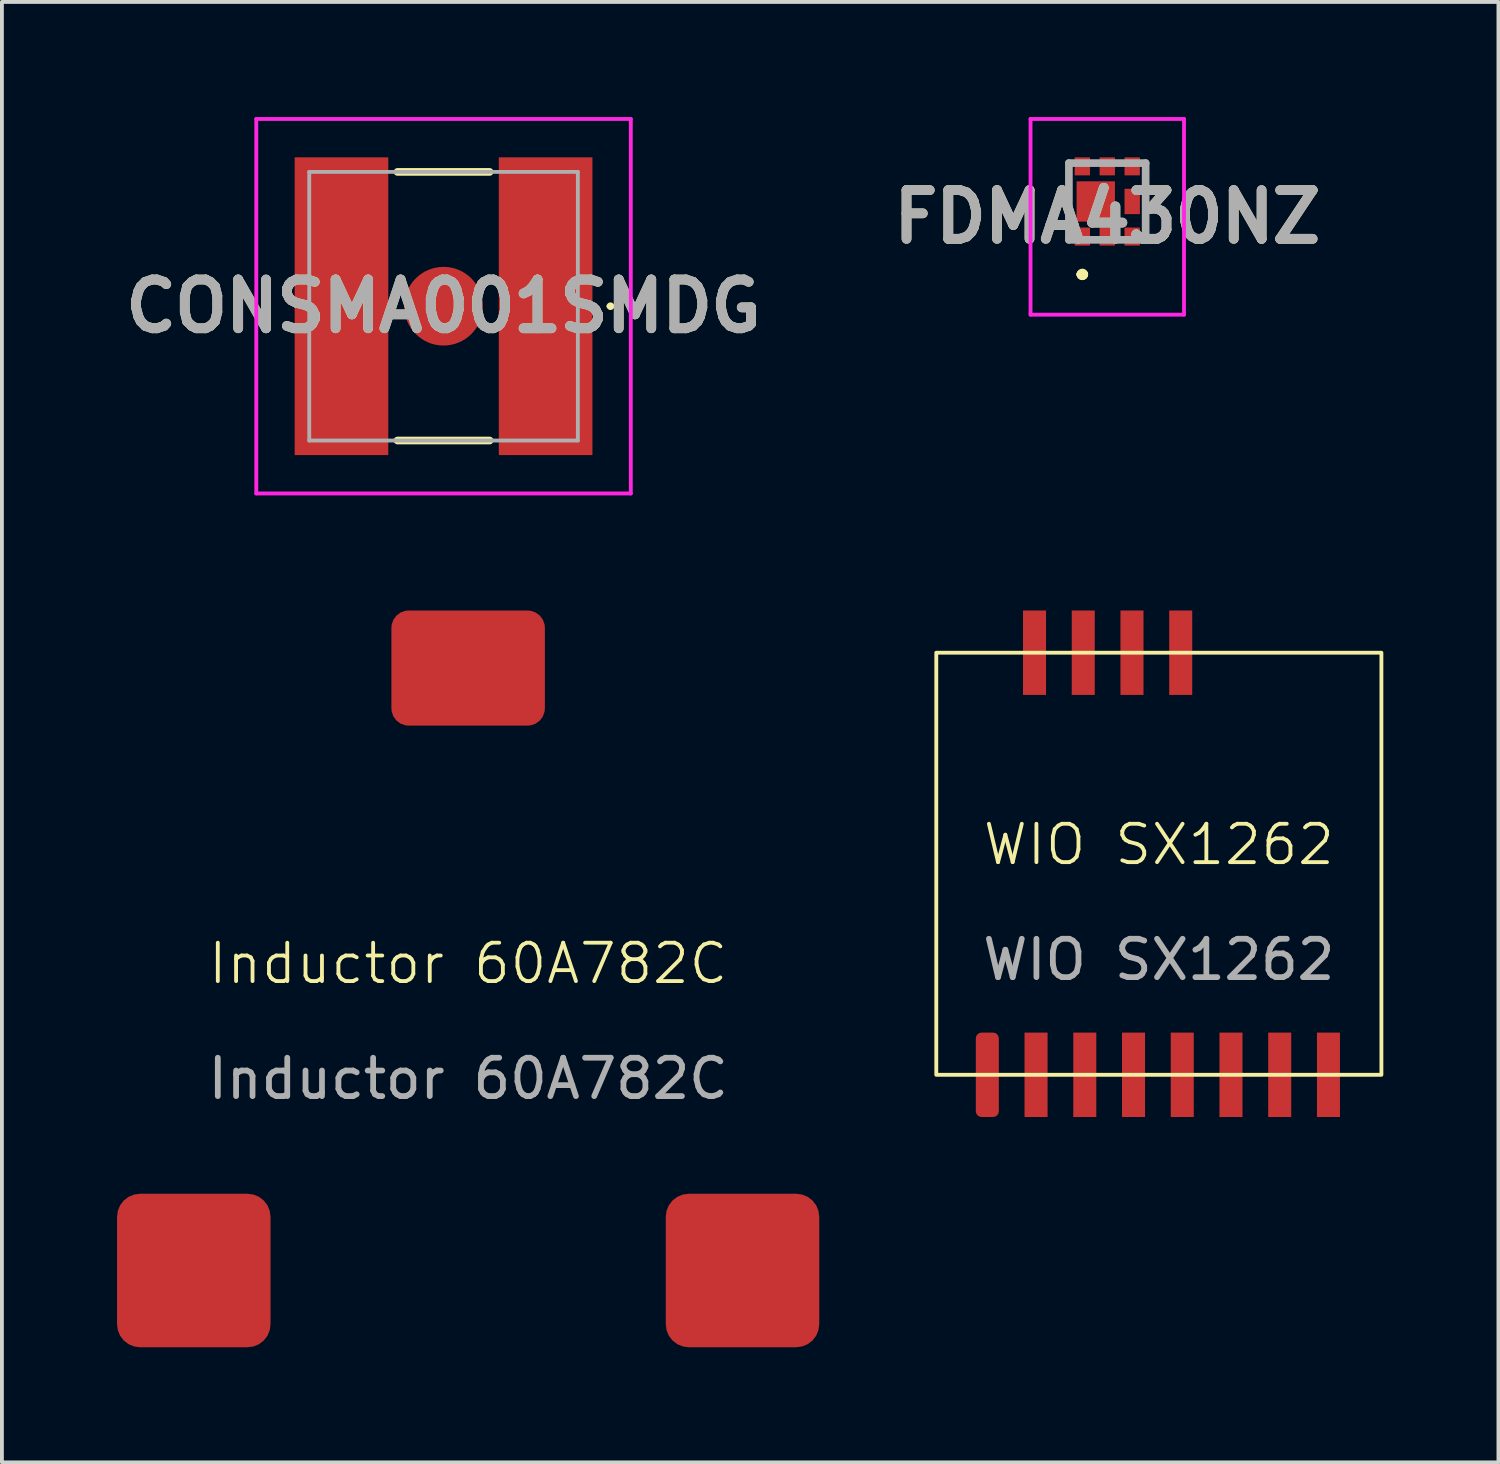
<source format=kicad_pcb>
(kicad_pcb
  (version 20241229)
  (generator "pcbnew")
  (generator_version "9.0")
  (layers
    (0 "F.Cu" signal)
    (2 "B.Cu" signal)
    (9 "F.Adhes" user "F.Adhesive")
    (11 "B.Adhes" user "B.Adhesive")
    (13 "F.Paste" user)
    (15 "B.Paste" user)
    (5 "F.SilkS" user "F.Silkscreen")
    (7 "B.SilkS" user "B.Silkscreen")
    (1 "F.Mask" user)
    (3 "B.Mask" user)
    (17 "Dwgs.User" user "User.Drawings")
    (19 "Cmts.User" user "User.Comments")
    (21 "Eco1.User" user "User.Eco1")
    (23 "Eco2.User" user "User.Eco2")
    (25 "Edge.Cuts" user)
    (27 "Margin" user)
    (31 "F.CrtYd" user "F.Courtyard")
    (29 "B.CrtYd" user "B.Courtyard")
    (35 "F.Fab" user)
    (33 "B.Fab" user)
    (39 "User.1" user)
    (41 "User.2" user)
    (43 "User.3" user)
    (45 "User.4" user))
  (footprint "Inductor 60A782C"
    (layer "F.Cu")
    (at 9.15 30.06)
    (property "Reference" "Inductor 60A782C" (at 0 -8 0) (unlocked yes) (layer "F.SilkS") (effects (font (size 1 1) (thickness 0.1))))
    (attr smd)
    (fp_text user "${REFERENCE}" (at 0 -5 0) (unlocked yes) (layer "F.Fab") (effects (font (size 1 1) (thickness 0.15))))
    (pad "1" smd roundrect (at 7.15 0) (size 4 4) (layers "F.Cu" "F.Mask" "F.Paste") (roundrect_rratio 0.15))
    (pad "2" smd roundrect (at -7.15 0) (size 4 4) (layers "F.Cu" "F.Mask" "F.Paste") (roundrect_rratio 0.15))
    (pad "3" smd roundrect (at 0 -15.7) (size 4 3) (layers "F.Cu" "F.Mask" "F.Paste") (roundrect_rratio 0.15)))
  (footprint "CONSMA001SMDG"
    (layer "F.Cu")
    (at 8.509 4.93)
    (property "Reference" "CONSMA001SMDG" (at 0 0 0) (layer "F.SilkS") (effects (font (size 1.27 1.27) (thickness 0.254))))
    (attr smd)
    (fp_line (start 1.2 -3.5) (end -1.2 -3.5) (stroke (width 0.2) (type solid)) (layer "F.SilkS"))
    (fp_line (start 1.2 3.5) (end -1.2 3.5) (stroke (width 0.2) (type solid)) (layer "F.SilkS"))
    (fp_line (start 4.3 0) (end 4.3 0) (stroke (width 0.1) (type solid)) (layer "F.SilkS"))
    (fp_line (start 4.4 0) (end 4.4 0) (stroke (width 0.1) (type solid)) (layer "F.SilkS"))
    (fp_arc (start 4.3 0) (mid 4.35 -0.05) (end 4.4 0) (stroke (width 0.1) (type solid)) (layer "F.SilkS"))
    (fp_arc (start 4.4 0) (mid 4.35 0.05) (end 4.3 0) (stroke (width 0.1) (type solid)) (layer "F.SilkS"))
    (fp_line (start -4.88 -4.88) (end -4.88 4.88) (stroke (width 0.1) (type solid)) (layer "F.CrtYd"))
    (fp_line (start -4.88 4.88) (end 4.88 4.88) (stroke (width 0.1) (type solid)) (layer "F.CrtYd"))
    (fp_line (start 4.88 -4.88) (end -4.88 -4.88) (stroke (width 0.1) (type solid)) (layer "F.CrtYd"))
    (fp_line (start 4.88 4.88) (end 4.88 -4.88) (stroke (width 0.1) (type solid)) (layer "F.CrtYd"))
    (fp_line (start -3.5 -3.5) (end -3.5 3.5) (stroke (width 0.1) (type solid)) (layer "F.Fab"))
    (fp_line (start -3.5 3.5) (end 3.5 3.5) (stroke (width 0.1) (type solid)) (layer "F.Fab"))
    (fp_line (start 3.5 -3.5) (end -3.5 -3.5) (stroke (width 0.1) (type solid)) (layer "F.Fab"))
    (fp_line (start 3.5 3.5) (end 3.5 -3.5) (stroke (width 0.1) (type solid)) (layer "F.Fab"))
    (fp_text user "${REFERENCE}" (at 0 0 0) (layer "F.Fab") (effects (font (size 1.27 1.27) (thickness 0.254))))
    (pad "1" smd rect (at 2.66 0) (size 2.44 7.76) (layers "F.Cu" "F.Mask" "F.Paste"))
    (pad "2" smd rect (at -2.66 0) (size 2.44 7.76) (layers "F.Cu" "F.Mask" "F.Paste"))
    (pad "3" smd circle (at 0 0 90) (size 2.05 2.05) (layers "F.Cu" "F.Mask" "F.Paste")))
  (footprint "WIO SX1262"
    (layer "F.Cu")
    (at 27.15 19.46)
    (property "Reference" "WIO SX1262" (at 0 -0.5 0) (unlocked yes) (layer "F.SilkS") (effects (font (size 1 1) (thickness 0.1))))
    (attr smd)
    (fp_rect (start -5.8 -5.5) (end 5.8 5.5) (stroke (width 0.1) (type solid)) (fill no) (layer "F.SilkS"))
    (fp_text user "${REFERENCE}" (at 0 2.5 0) (unlocked yes) (layer "F.Fab") (effects (font (size 1 1) (thickness 0.15))))
    (pad "1" smd roundrect (at -4.47 5.5) (size 0.6 2.2) (layers "F.Cu" "F.Mask" "F.Paste") (roundrect_rratio 0.25))
    (pad "2" smd rect (at -3.2 5.5) (size 0.6 2.2) (layers "F.Cu" "F.Mask" "F.Paste"))
    (pad "3" smd rect (at -1.93 5.5) (size 0.6 2.2) (layers "F.Cu" "F.Mask" "F.Paste"))
    (pad "4" smd rect (at -0.66 5.5) (size 0.6 2.2) (layers "F.Cu" "F.Mask" "F.Paste"))
    (pad "5" smd rect (at 0.61 5.5) (size 0.6 2.2) (layers "F.Cu" "F.Mask" "F.Paste"))
    (pad "6" smd rect (at 1.88 5.5) (size 0.6 2.2) (layers "F.Cu" "F.Mask" "F.Paste"))
    (pad "7" smd rect (at 3.15 5.5) (size 0.6 2.2) (layers "F.Cu" "F.Mask" "F.Paste"))
    (pad "8" smd rect (at 4.42 5.5) (size 0.6 2.2) (layers "F.Cu" "F.Mask" "F.Paste"))
    (pad "9" smd rect (at 0.57 -5.5) (size 0.6 2.2) (layers "F.Cu" "F.Mask" "F.Paste"))
    (pad "10" smd rect (at -0.7 -5.5) (size 0.6 2.2) (layers "F.Cu" "F.Mask" "F.Paste"))
    (pad "11" smd rect (at -1.97 -5.5) (size 0.6 2.2) (layers "F.Cu" "F.Mask" "F.Paste"))
    (pad "12" smd rect (at -3.24 -5.5) (size 0.6 2.2) (layers "F.Cu" "F.Mask" "F.Paste")))
  (footprint "FDMA430NZ"
    (layer "F.Cu")
    (at 25.806 2.2)
    (property "Reference" "FDMA430NZ" (at 0 0.4 0) (layer "F.SilkS") (effects (font (size 1.27 1.27) (thickness 0.254))))
    (attr smd)
    (fp_line (start -0.7 1.9) (end -0.7 1.9) (stroke (width 0.2) (type solid)) (layer "F.SilkS"))
    (fp_line (start -0.7 1.9) (end -0.7 1.9) (stroke (width 0.2) (type solid)) (layer "F.SilkS"))
    (fp_line (start -0.6 1.9) (end -0.6 1.9) (stroke (width 0.2) (type solid)) (layer "F.SilkS"))
    (fp_arc (start -0.7 1.9) (mid -0.65 1.85) (end -0.6 1.9) (stroke (width 0.2) (type solid)) (layer "F.SilkS"))
    (fp_arc (start -0.6 1.9) (mid -0.65 1.95) (end -0.7 1.9) (stroke (width 0.2) (type solid)) (layer "F.SilkS"))
    (fp_arc (start -0.6 1.9) (mid -0.65 1.95) (end -0.7 1.9) (stroke (width 0.2) (type solid)) (layer "F.SilkS"))
    (fp_line (start -2 -2.15) (end 2 -2.15) (stroke (width 0.1) (type solid)) (layer "F.CrtYd"))
    (fp_line (start -2 2.95) (end -2 -2.15) (stroke (width 0.1) (type solid)) (layer "F.CrtYd"))
    (fp_line (start 2 -2.15) (end 2 2.95) (stroke (width 0.1) (type solid)) (layer "F.CrtYd"))
    (fp_line (start 2 2.95) (end -2 2.95) (stroke (width 0.1) (type solid)) (layer "F.CrtYd"))
    (fp_line (start -1 -1) (end -1 1) (stroke (width 0.2) (type solid)) (layer "F.Fab"))
    (fp_line (start -1 1) (end 1 1) (stroke (width 0.2) (type solid)) (layer "F.Fab"))
    (fp_line (start 1 -1) (end -1 -1) (stroke (width 0.2) (type solid)) (layer "F.Fab"))
    (fp_line (start 1 1) (end 1 -1) (stroke (width 0.2) (type solid)) (layer "F.Fab"))
    (fp_text user "${REFERENCE}" (at 0 0.4 0) (layer "F.Fab") (effects (font (size 1.27 1.27) (thickness 0.254))))
    (pad "1" smd rect (at -0.65 0.915) (size 0.4 0.47) (layers "F.Cu" "F.Mask" "F.Paste"))
    (pad "2" smd rect (at 0 0.915) (size 0.4 0.47) (layers "F.Cu" "F.Mask" "F.Paste"))
    (pad "3" smd rect (at 0.65 0.915) (size 0.4 0.47) (layers "F.Cu" "F.Mask" "F.Paste"))
    (pad "4" smd rect (at 0.65 -0.915) (size 0.4 0.47) (layers "F.Cu" "F.Mask" "F.Paste"))
    (pad "5" smd rect (at 0 -0.915) (size 0.4 0.47) (layers "F.Cu" "F.Mask" "F.Paste"))
    (pad "6" smd rect (at -0.65 -0.915) (size 0.4 0.47) (layers "F.Cu" "F.Mask" "F.Paste"))
    (pad "7" smd rect (at -0.3 0) (size 1 1.05) (layers "F.Cu" "F.Mask" "F.Paste"))
    (pad "8" smd rect (at 0.65 0) (size 0.4 0.66) (layers "F.Cu" "F.Mask" "F.Paste")))
  (gr_rect
    (start -3 -3)
    (end 36 35.06)
    (stroke (width 0.1) (type default))
    (fill no)
    (layer "Edge.Cuts")))
</source>
